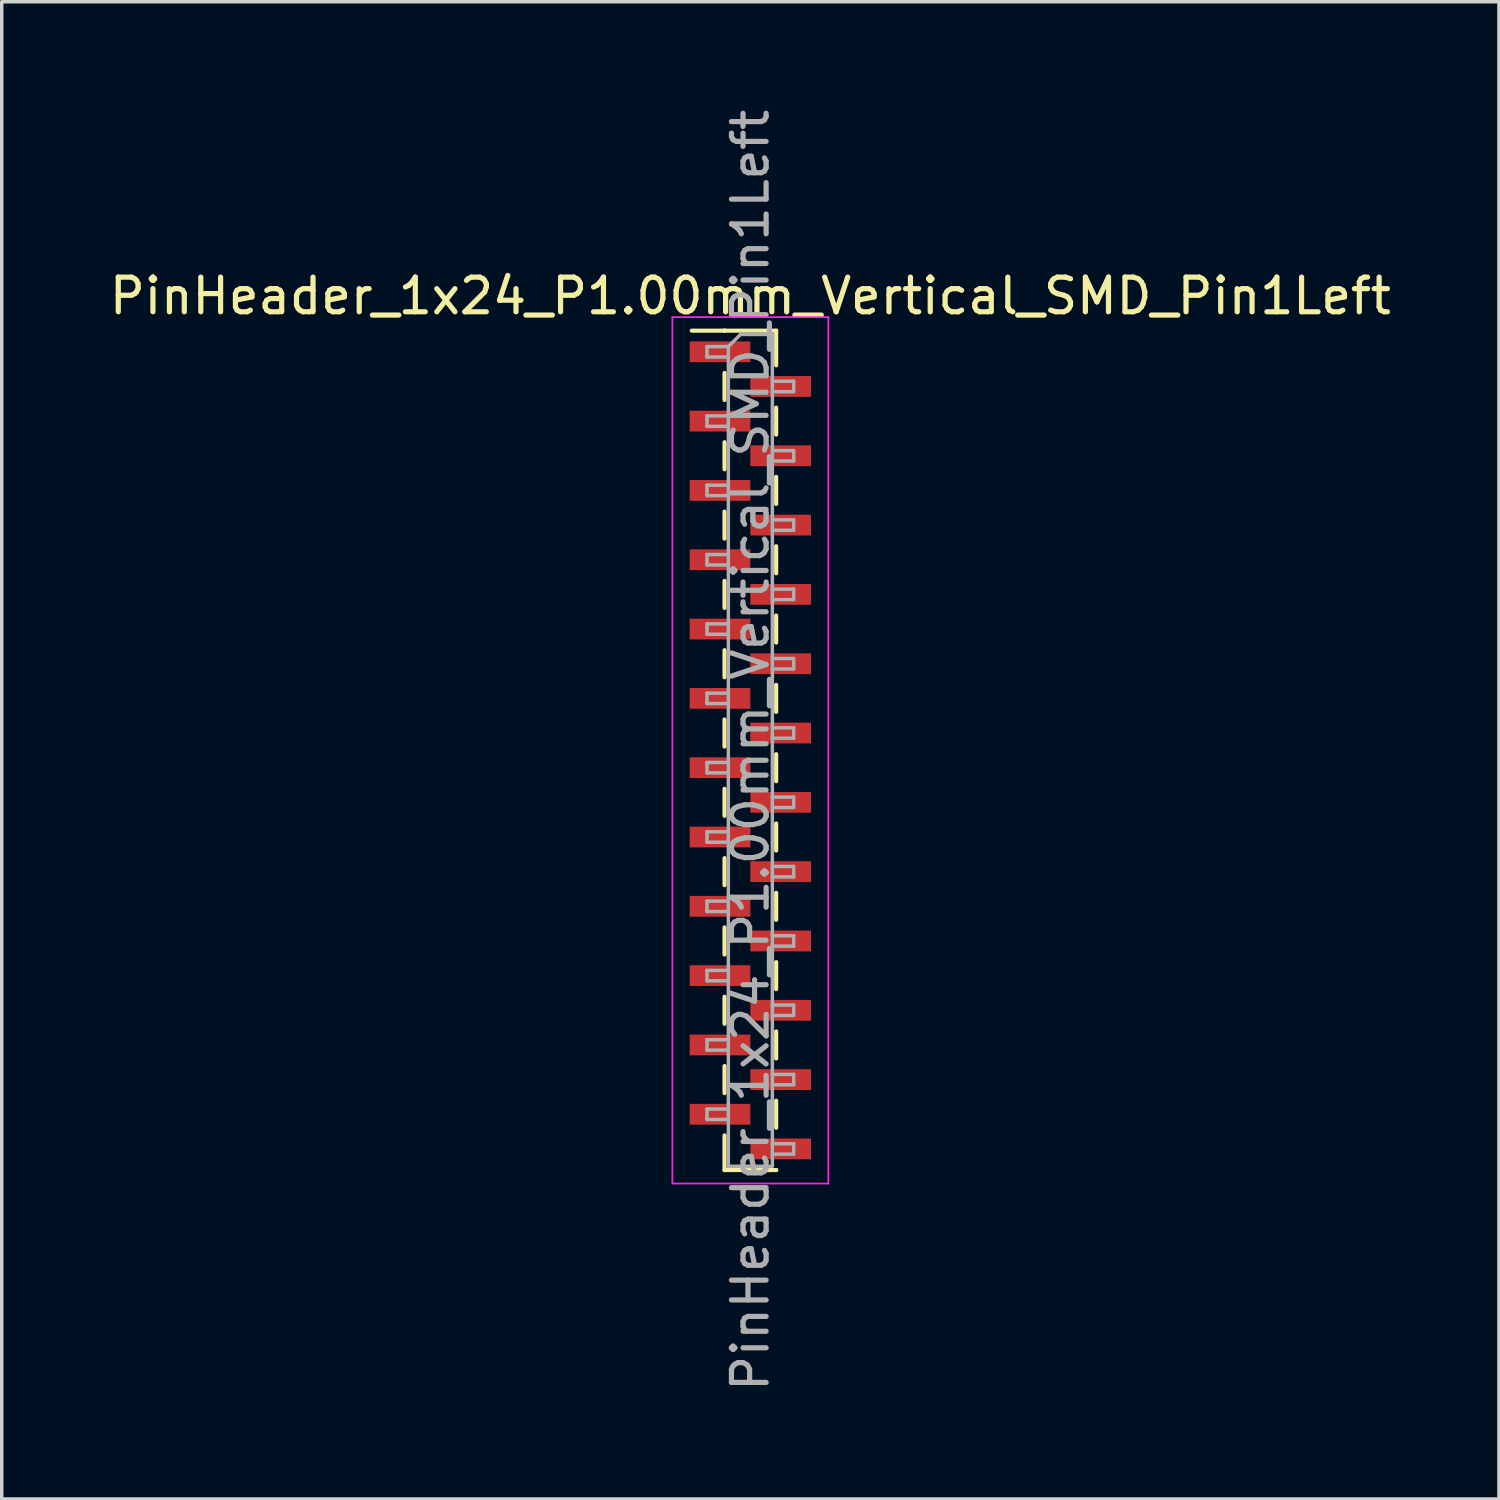
<source format=kicad_pcb>
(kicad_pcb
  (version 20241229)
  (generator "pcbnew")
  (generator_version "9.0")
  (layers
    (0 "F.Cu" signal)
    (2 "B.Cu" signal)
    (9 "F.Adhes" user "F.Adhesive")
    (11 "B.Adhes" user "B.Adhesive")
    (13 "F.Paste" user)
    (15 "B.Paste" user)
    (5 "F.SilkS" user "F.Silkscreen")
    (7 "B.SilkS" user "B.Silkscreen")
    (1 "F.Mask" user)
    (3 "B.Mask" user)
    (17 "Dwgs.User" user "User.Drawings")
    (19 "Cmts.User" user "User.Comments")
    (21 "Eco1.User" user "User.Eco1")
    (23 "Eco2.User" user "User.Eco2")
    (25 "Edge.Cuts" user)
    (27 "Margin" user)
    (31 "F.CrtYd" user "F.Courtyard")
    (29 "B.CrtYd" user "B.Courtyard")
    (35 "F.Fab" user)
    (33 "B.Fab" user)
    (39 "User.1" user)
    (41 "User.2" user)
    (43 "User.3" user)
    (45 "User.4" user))
  (footprint "PinHeader_1x24_P1.00mm_Vertical_SMD_Pin1Left"
    (layer "F.Cu")
    (at 18.601 18.601)
    (property "Reference" "PinHeader_1x24_P1.00mm_Vertical_SMD_Pin1Left" (at 0 -13.11 0) (layer "F.SilkS") (effects (font (size 1 1) (thickness 0.15))))
    (attr smd)
    (fp_line (start -0.745 -12.11) (end -1.69 -12.11) (stroke (width 0.12) (type solid)) (layer "F.SilkS"))
    (fp_line (start -0.745 -12.11) (end -0.745 -12.11) (stroke (width 0.12) (type solid)) (layer "F.SilkS"))
    (fp_line (start -0.745 -12.11) (end 0.745 -12.11) (stroke (width 0.12) (type solid)) (layer "F.SilkS"))
    (fp_line (start -0.745 -10.89) (end -0.745 -10.11) (stroke (width 0.12) (type solid)) (layer "F.SilkS"))
    (fp_line (start -0.745 -8.89) (end -0.745 -8.11) (stroke (width 0.12) (type solid)) (layer "F.SilkS"))
    (fp_line (start -0.745 -6.89) (end -0.745 -6.11) (stroke (width 0.12) (type solid)) (layer "F.SilkS"))
    (fp_line (start -0.745 -4.89) (end -0.745 -4.11) (stroke (width 0.12) (type solid)) (layer "F.SilkS"))
    (fp_line (start -0.745 -2.89) (end -0.745 -2.11) (stroke (width 0.12) (type solid)) (layer "F.SilkS"))
    (fp_line (start -0.745 -0.89) (end -0.745 -0.11) (stroke (width 0.12) (type solid)) (layer "F.SilkS"))
    (fp_line (start -0.745 1.11) (end -0.745 1.89) (stroke (width 0.12) (type solid)) (layer "F.SilkS"))
    (fp_line (start -0.745 3.11) (end -0.745 3.89) (stroke (width 0.12) (type solid)) (layer "F.SilkS"))
    (fp_line (start -0.745 5.11) (end -0.745 5.89) (stroke (width 0.12) (type solid)) (layer "F.SilkS"))
    (fp_line (start -0.745 7.11) (end -0.745 7.89) (stroke (width 0.12) (type solid)) (layer "F.SilkS"))
    (fp_line (start -0.745 9.11) (end -0.745 9.89) (stroke (width 0.12) (type solid)) (layer "F.SilkS"))
    (fp_line (start -0.745 11.11) (end -0.745 12.11) (stroke (width 0.12) (type solid)) (layer "F.SilkS"))
    (fp_line (start -0.745 12.11) (end 0.745 12.11) (stroke (width 0.12) (type solid)) (layer "F.SilkS"))
    (fp_line (start 0.745 -12.11) (end 0.745 -11.11) (stroke (width 0.12) (type solid)) (layer "F.SilkS"))
    (fp_line (start 0.745 -9.89) (end 0.745 -9.11) (stroke (width 0.12) (type solid)) (layer "F.SilkS"))
    (fp_line (start 0.745 -7.89) (end 0.745 -7.11) (stroke (width 0.12) (type solid)) (layer "F.SilkS"))
    (fp_line (start 0.745 -5.89) (end 0.745 -5.11) (stroke (width 0.12) (type solid)) (layer "F.SilkS"))
    (fp_line (start 0.745 -3.89) (end 0.745 -3.11) (stroke (width 0.12) (type solid)) (layer "F.SilkS"))
    (fp_line (start 0.745 -1.89) (end 0.745 -1.11) (stroke (width 0.12) (type solid)) (layer "F.SilkS"))
    (fp_line (start 0.745 0.11) (end 0.745 0.89) (stroke (width 0.12) (type solid)) (layer "F.SilkS"))
    (fp_line (start 0.745 2.11) (end 0.745 2.89) (stroke (width 0.12) (type solid)) (layer "F.SilkS"))
    (fp_line (start 0.745 4.11) (end 0.745 4.89) (stroke (width 0.12) (type solid)) (layer "F.SilkS"))
    (fp_line (start 0.745 6.11) (end 0.745 6.89) (stroke (width 0.12) (type solid)) (layer "F.SilkS"))
    (fp_line (start 0.745 8.11) (end 0.745 8.89) (stroke (width 0.12) (type solid)) (layer "F.SilkS"))
    (fp_line (start 0.745 10.11) (end 0.745 10.89) (stroke (width 0.12) (type solid)) (layer "F.SilkS"))
    (fp_line (start 0.745 12.11) (end 0.745 12.11) (stroke (width 0.12) (type solid)) (layer "F.SilkS"))
    (fp_line (start -2.25 -12.5) (end -2.25 12.5) (stroke (width 0.05) (type solid)) (layer "F.CrtYd"))
    (fp_line (start -2.25 12.5) (end 2.25 12.5) (stroke (width 0.05) (type solid)) (layer "F.CrtYd"))
    (fp_line (start 2.25 -12.5) (end -2.25 -12.5) (stroke (width 0.05) (type solid)) (layer "F.CrtYd"))
    (fp_line (start 2.25 12.5) (end 2.25 -12.5) (stroke (width 0.05) (type solid)) (layer "F.CrtYd"))
    (fp_line (start -1.25 -11.65) (end -1.25 -11.35) (stroke (width 0.1) (type solid)) (layer "F.Fab"))
    (fp_line (start -1.25 -11.35) (end -0.635 -11.35) (stroke (width 0.1) (type solid)) (layer "F.Fab"))
    (fp_line (start -1.25 -9.65) (end -1.25 -9.35) (stroke (width 0.1) (type solid)) (layer "F.Fab"))
    (fp_line (start -1.25 -9.35) (end -0.635 -9.35) (stroke (width 0.1) (type solid)) (layer "F.Fab"))
    (fp_line (start -1.25 -7.65) (end -1.25 -7.35) (stroke (width 0.1) (type solid)) (layer "F.Fab"))
    (fp_line (start -1.25 -7.35) (end -0.635 -7.35) (stroke (width 0.1) (type solid)) (layer "F.Fab"))
    (fp_line (start -1.25 -5.65) (end -1.25 -5.35) (stroke (width 0.1) (type solid)) (layer "F.Fab"))
    (fp_line (start -1.25 -5.35) (end -0.635 -5.35) (stroke (width 0.1) (type solid)) (layer "F.Fab"))
    (fp_line (start -1.25 -3.65) (end -1.25 -3.35) (stroke (width 0.1) (type solid)) (layer "F.Fab"))
    (fp_line (start -1.25 -3.35) (end -0.635 -3.35) (stroke (width 0.1) (type solid)) (layer "F.Fab"))
    (fp_line (start -1.25 -1.65) (end -1.25 -1.35) (stroke (width 0.1) (type solid)) (layer "F.Fab"))
    (fp_line (start -1.25 -1.35) (end -0.635 -1.35) (stroke (width 0.1) (type solid)) (layer "F.Fab"))
    (fp_line (start -1.25 0.35) (end -1.25 0.65) (stroke (width 0.1) (type solid)) (layer "F.Fab"))
    (fp_line (start -1.25 0.65) (end -0.635 0.65) (stroke (width 0.1) (type solid)) (layer "F.Fab"))
    (fp_line (start -1.25 2.35) (end -1.25 2.65) (stroke (width 0.1) (type solid)) (layer "F.Fab"))
    (fp_line (start -1.25 2.65) (end -0.635 2.65) (stroke (width 0.1) (type solid)) (layer "F.Fab"))
    (fp_line (start -1.25 4.35) (end -1.25 4.65) (stroke (width 0.1) (type solid)) (layer "F.Fab"))
    (fp_line (start -1.25 4.65) (end -0.635 4.65) (stroke (width 0.1) (type solid)) (layer "F.Fab"))
    (fp_line (start -1.25 6.35) (end -1.25 6.65) (stroke (width 0.1) (type solid)) (layer "F.Fab"))
    (fp_line (start -1.25 6.65) (end -0.635 6.65) (stroke (width 0.1) (type solid)) (layer "F.Fab"))
    (fp_line (start -1.25 8.35) (end -1.25 8.65) (stroke (width 0.1) (type solid)) (layer "F.Fab"))
    (fp_line (start -1.25 8.65) (end -0.635 8.65) (stroke (width 0.1) (type solid)) (layer "F.Fab"))
    (fp_line (start -1.25 10.35) (end -1.25 10.65) (stroke (width 0.1) (type solid)) (layer "F.Fab"))
    (fp_line (start -1.25 10.65) (end -0.635 10.65) (stroke (width 0.1) (type solid)) (layer "F.Fab"))
    (fp_line (start -0.635 -11.65) (end -1.25 -11.65) (stroke (width 0.1) (type solid)) (layer "F.Fab"))
    (fp_line (start -0.635 -11.65) (end -0.285 -12) (stroke (width 0.1) (type solid)) (layer "F.Fab"))
    (fp_line (start -0.635 -9.65) (end -1.25 -9.65) (stroke (width 0.1) (type solid)) (layer "F.Fab"))
    (fp_line (start -0.635 -7.65) (end -1.25 -7.65) (stroke (width 0.1) (type solid)) (layer "F.Fab"))
    (fp_line (start -0.635 -5.65) (end -1.25 -5.65) (stroke (width 0.1) (type solid)) (layer "F.Fab"))
    (fp_line (start -0.635 -3.65) (end -1.25 -3.65) (stroke (width 0.1) (type solid)) (layer "F.Fab"))
    (fp_line (start -0.635 -1.65) (end -1.25 -1.65) (stroke (width 0.1) (type solid)) (layer "F.Fab"))
    (fp_line (start -0.635 0.35) (end -1.25 0.35) (stroke (width 0.1) (type solid)) (layer "F.Fab"))
    (fp_line (start -0.635 2.35) (end -1.25 2.35) (stroke (width 0.1) (type solid)) (layer "F.Fab"))
    (fp_line (start -0.635 4.35) (end -1.25 4.35) (stroke (width 0.1) (type solid)) (layer "F.Fab"))
    (fp_line (start -0.635 6.35) (end -1.25 6.35) (stroke (width 0.1) (type solid)) (layer "F.Fab"))
    (fp_line (start -0.635 8.35) (end -1.25 8.35) (stroke (width 0.1) (type solid)) (layer "F.Fab"))
    (fp_line (start -0.635 10.35) (end -1.25 10.35) (stroke (width 0.1) (type solid)) (layer "F.Fab"))
    (fp_line (start -0.635 12) (end -0.635 -11.65) (stroke (width 0.1) (type solid)) (layer "F.Fab"))
    (fp_line (start -0.285 -12) (end 0.635 -12) (stroke (width 0.1) (type solid)) (layer "F.Fab"))
    (fp_line (start 0.635 -12) (end 0.635 12) (stroke (width 0.1) (type solid)) (layer "F.Fab"))
    (fp_line (start 0.635 -10.65) (end 1.25 -10.65) (stroke (width 0.1) (type solid)) (layer "F.Fab"))
    (fp_line (start 0.635 -8.65) (end 1.25 -8.65) (stroke (width 0.1) (type solid)) (layer "F.Fab"))
    (fp_line (start 0.635 -6.65) (end 1.25 -6.65) (stroke (width 0.1) (type solid)) (layer "F.Fab"))
    (fp_line (start 0.635 -4.65) (end 1.25 -4.65) (stroke (width 0.1) (type solid)) (layer "F.Fab"))
    (fp_line (start 0.635 -2.65) (end 1.25 -2.65) (stroke (width 0.1) (type solid)) (layer "F.Fab"))
    (fp_line (start 0.635 -0.65) (end 1.25 -0.65) (stroke (width 0.1) (type solid)) (layer "F.Fab"))
    (fp_line (start 0.635 1.35) (end 1.25 1.35) (stroke (width 0.1) (type solid)) (layer "F.Fab"))
    (fp_line (start 0.635 3.35) (end 1.25 3.35) (stroke (width 0.1) (type solid)) (layer "F.Fab"))
    (fp_line (start 0.635 5.35) (end 1.25 5.35) (stroke (width 0.1) (type solid)) (layer "F.Fab"))
    (fp_line (start 0.635 7.35) (end 1.25 7.35) (stroke (width 0.1) (type solid)) (layer "F.Fab"))
    (fp_line (start 0.635 9.35) (end 1.25 9.35) (stroke (width 0.1) (type solid)) (layer "F.Fab"))
    (fp_line (start 0.635 11.35) (end 1.25 11.35) (stroke (width 0.1) (type solid)) (layer "F.Fab"))
    (fp_line (start 0.635 12) (end -0.635 12) (stroke (width 0.1) (type solid)) (layer "F.Fab"))
    (fp_line (start 1.25 -10.65) (end 1.25 -10.35) (stroke (width 0.1) (type solid)) (layer "F.Fab"))
    (fp_line (start 1.25 -10.35) (end 0.635 -10.35) (stroke (width 0.1) (type solid)) (layer "F.Fab"))
    (fp_line (start 1.25 -8.65) (end 1.25 -8.35) (stroke (width 0.1) (type solid)) (layer "F.Fab"))
    (fp_line (start 1.25 -8.35) (end 0.635 -8.35) (stroke (width 0.1) (type solid)) (layer "F.Fab"))
    (fp_line (start 1.25 -6.65) (end 1.25 -6.35) (stroke (width 0.1) (type solid)) (layer "F.Fab"))
    (fp_line (start 1.25 -6.35) (end 0.635 -6.35) (stroke (width 0.1) (type solid)) (layer "F.Fab"))
    (fp_line (start 1.25 -4.65) (end 1.25 -4.35) (stroke (width 0.1) (type solid)) (layer "F.Fab"))
    (fp_line (start 1.25 -4.35) (end 0.635 -4.35) (stroke (width 0.1) (type solid)) (layer "F.Fab"))
    (fp_line (start 1.25 -2.65) (end 1.25 -2.35) (stroke (width 0.1) (type solid)) (layer "F.Fab"))
    (fp_line (start 1.25 -2.35) (end 0.635 -2.35) (stroke (width 0.1) (type solid)) (layer "F.Fab"))
    (fp_line (start 1.25 -0.65) (end 1.25 -0.35) (stroke (width 0.1) (type solid)) (layer "F.Fab"))
    (fp_line (start 1.25 -0.35) (end 0.635 -0.35) (stroke (width 0.1) (type solid)) (layer "F.Fab"))
    (fp_line (start 1.25 1.35) (end 1.25 1.65) (stroke (width 0.1) (type solid)) (layer "F.Fab"))
    (fp_line (start 1.25 1.65) (end 0.635 1.65) (stroke (width 0.1) (type solid)) (layer "F.Fab"))
    (fp_line (start 1.25 3.35) (end 1.25 3.65) (stroke (width 0.1) (type solid)) (layer "F.Fab"))
    (fp_line (start 1.25 3.65) (end 0.635 3.65) (stroke (width 0.1) (type solid)) (layer "F.Fab"))
    (fp_line (start 1.25 5.35) (end 1.25 5.65) (stroke (width 0.1) (type solid)) (layer "F.Fab"))
    (fp_line (start 1.25 5.65) (end 0.635 5.65) (stroke (width 0.1) (type solid)) (layer "F.Fab"))
    (fp_line (start 1.25 7.35) (end 1.25 7.65) (stroke (width 0.1) (type solid)) (layer "F.Fab"))
    (fp_line (start 1.25 7.65) (end 0.635 7.65) (stroke (width 0.1) (type solid)) (layer "F.Fab"))
    (fp_line (start 1.25 9.35) (end 1.25 9.65) (stroke (width 0.1) (type solid)) (layer "F.Fab"))
    (fp_line (start 1.25 9.65) (end 0.635 9.65) (stroke (width 0.1) (type solid)) (layer "F.Fab"))
    (fp_line (start 1.25 11.35) (end 1.25 11.65) (stroke (width 0.1) (type solid)) (layer "F.Fab"))
    (fp_line (start 1.25 11.65) (end 0.635 11.65) (stroke (width 0.1) (type solid)) (layer "F.Fab"))
    (fp_text user "${REFERENCE}" (at 0 0 90) (layer "F.Fab") (effects (font (size 1 1) (thickness 0.15))))
    (pad "1" smd rect (at -0.875 -11.5) (size 1.75 0.6) (layers "F.Cu" "F.Mask" "F.Paste"))
    (pad "2" smd rect (at 0.875 -10.5) (size 1.75 0.6) (layers "F.Cu" "F.Mask" "F.Paste"))
    (pad "3" smd rect (at -0.875 -9.5) (size 1.75 0.6) (layers "F.Cu" "F.Mask" "F.Paste"))
    (pad "4" smd rect (at 0.875 -8.5) (size 1.75 0.6) (layers "F.Cu" "F.Mask" "F.Paste"))
    (pad "5" smd rect (at -0.875 -7.5) (size 1.75 0.6) (layers "F.Cu" "F.Mask" "F.Paste"))
    (pad "6" smd rect (at 0.875 -6.5) (size 1.75 0.6) (layers "F.Cu" "F.Mask" "F.Paste"))
    (pad "7" smd rect (at -0.875 -5.5) (size 1.75 0.6) (layers "F.Cu" "F.Mask" "F.Paste"))
    (pad "8" smd rect (at 0.875 -4.5) (size 1.75 0.6) (layers "F.Cu" "F.Mask" "F.Paste"))
    (pad "9" smd rect (at -0.875 -3.5) (size 1.75 0.6) (layers "F.Cu" "F.Mask" "F.Paste"))
    (pad "10" smd rect (at 0.875 -2.5) (size 1.75 0.6) (layers "F.Cu" "F.Mask" "F.Paste"))
    (pad "11" smd rect (at -0.875 -1.5) (size 1.75 0.6) (layers "F.Cu" "F.Mask" "F.Paste"))
    (pad "12" smd rect (at 0.875 -0.5) (size 1.75 0.6) (layers "F.Cu" "F.Mask" "F.Paste"))
    (pad "13" smd rect (at -0.875 0.5) (size 1.75 0.6) (layers "F.Cu" "F.Mask" "F.Paste"))
    (pad "14" smd rect (at 0.875 1.5) (size 1.75 0.6) (layers "F.Cu" "F.Mask" "F.Paste"))
    (pad "15" smd rect (at -0.875 2.5) (size 1.75 0.6) (layers "F.Cu" "F.Mask" "F.Paste"))
    (pad "16" smd rect (at 0.875 3.5) (size 1.75 0.6) (layers "F.Cu" "F.Mask" "F.Paste"))
    (pad "17" smd rect (at -0.875 4.5) (size 1.75 0.6) (layers "F.Cu" "F.Mask" "F.Paste"))
    (pad "18" smd rect (at 0.875 5.5) (size 1.75 0.6) (layers "F.Cu" "F.Mask" "F.Paste"))
    (pad "19" smd rect (at -0.875 6.5) (size 1.75 0.6) (layers "F.Cu" "F.Mask" "F.Paste"))
    (pad "20" smd rect (at 0.875 7.5) (size 1.75 0.6) (layers "F.Cu" "F.Mask" "F.Paste"))
    (pad "21" smd rect (at -0.875 8.5) (size 1.75 0.6) (layers "F.Cu" "F.Mask" "F.Paste"))
    (pad "22" smd rect (at 0.875 9.5) (size 1.75 0.6) (layers "F.Cu" "F.Mask" "F.Paste"))
    (pad "23" smd rect (at -0.875 10.5) (size 1.75 0.6) (layers "F.Cu" "F.Mask" "F.Paste"))
    (pad "24" smd rect (at 0.875 11.5) (size 1.75 0.6) (layers "F.Cu" "F.Mask" "F.Paste")))
  (gr_rect
    (start -3 -3)
    (end 40.202 40.202)
    (stroke (width 0.1) (type default))
    (fill no)
    (layer "Edge.Cuts")))
</source>
